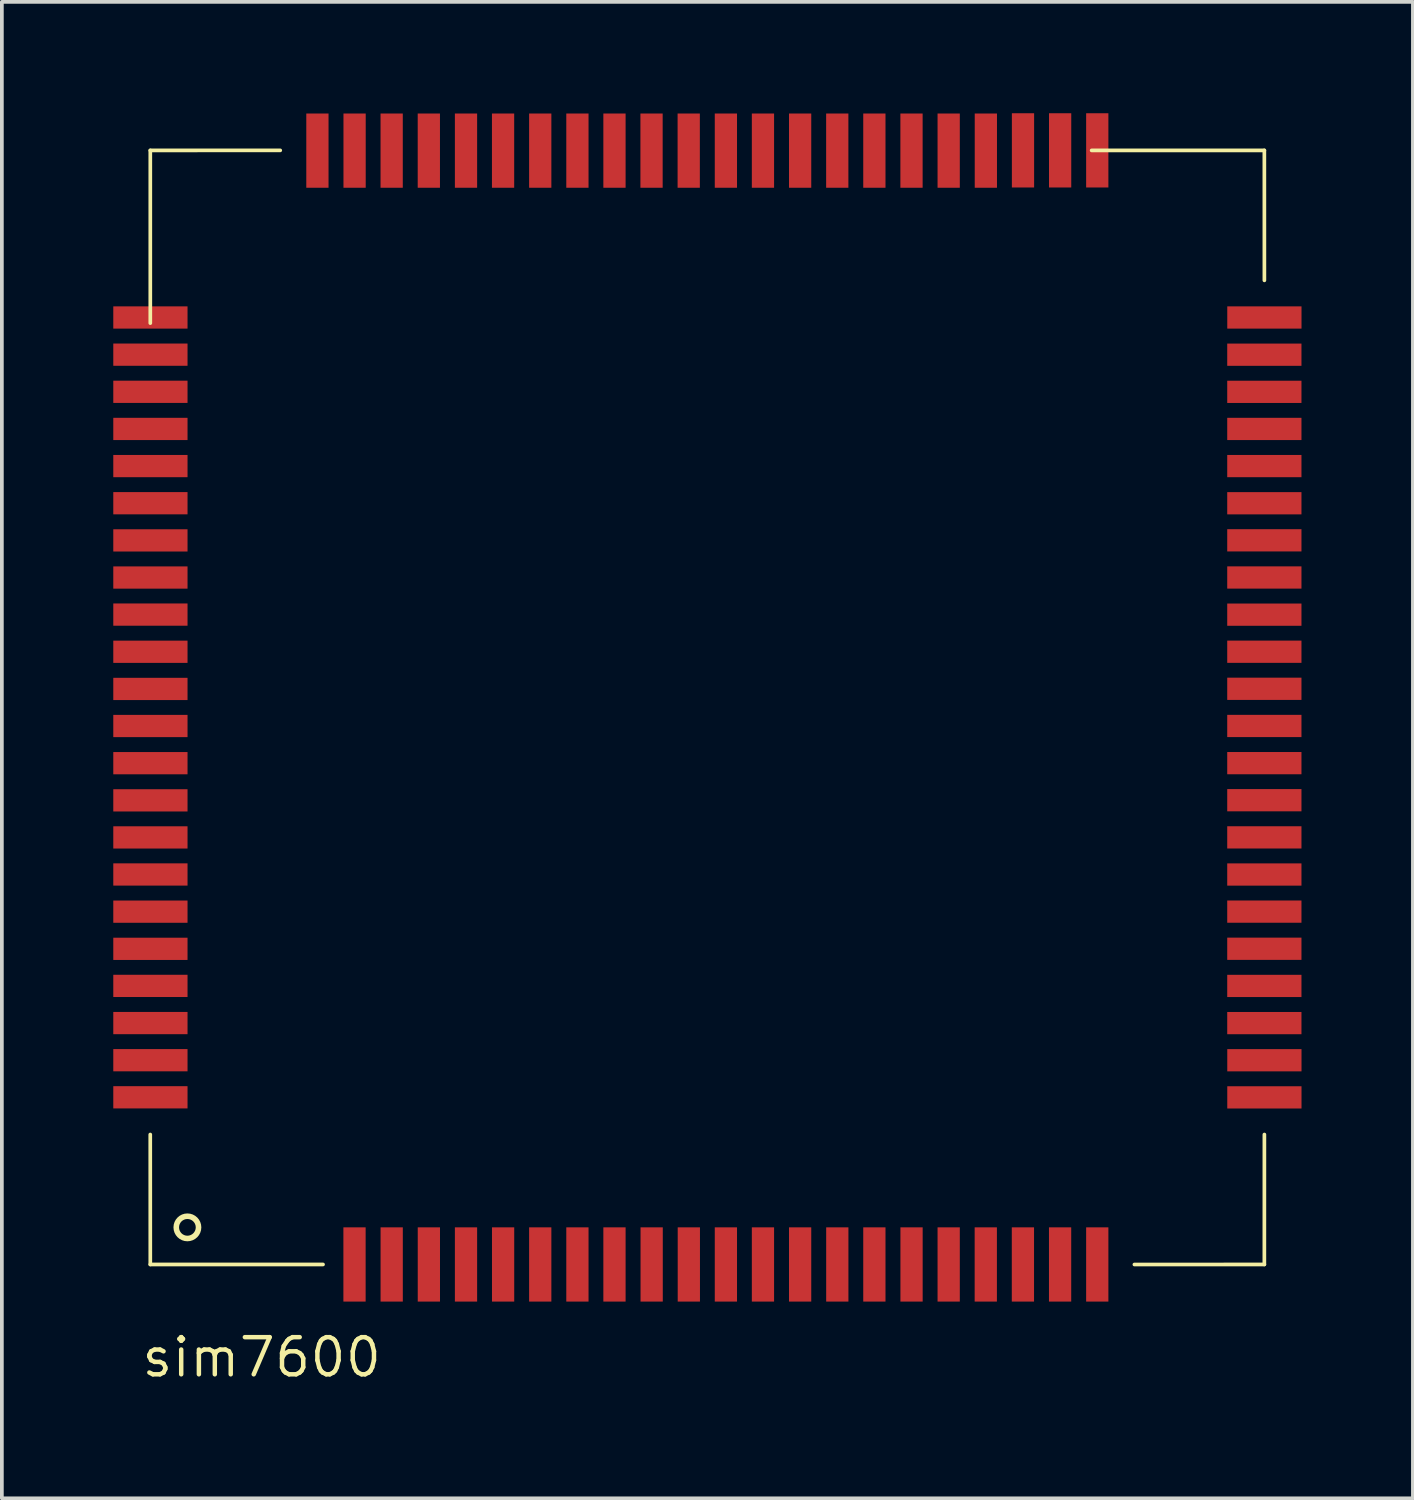
<source format=kicad_pcb>
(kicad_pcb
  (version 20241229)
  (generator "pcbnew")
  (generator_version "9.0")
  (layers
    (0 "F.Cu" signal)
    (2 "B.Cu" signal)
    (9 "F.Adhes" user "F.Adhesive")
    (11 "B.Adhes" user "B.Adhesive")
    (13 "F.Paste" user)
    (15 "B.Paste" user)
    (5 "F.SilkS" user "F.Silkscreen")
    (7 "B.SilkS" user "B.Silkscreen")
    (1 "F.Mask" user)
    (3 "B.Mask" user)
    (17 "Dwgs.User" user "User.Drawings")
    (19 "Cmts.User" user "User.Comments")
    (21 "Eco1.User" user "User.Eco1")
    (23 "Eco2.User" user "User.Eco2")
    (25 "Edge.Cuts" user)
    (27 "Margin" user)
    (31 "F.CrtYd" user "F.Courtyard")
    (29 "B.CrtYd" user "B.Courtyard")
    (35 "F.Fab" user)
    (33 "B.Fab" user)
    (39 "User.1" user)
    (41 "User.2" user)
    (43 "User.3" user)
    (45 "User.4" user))
  (footprint "sim7600"
    (layer "F.Cu")
    (at 15.996 15.999)
    (property "Reference" "sim7600" (at -12 17.5 0) (layer "F.SilkS") (effects (font (size 1 1) (thickness 0.12))))
    (attr through_hole)
    (fp_line (start -15 11.5) (end -14.999 14.999) (stroke (width 0.099) (type solid)) (layer "F.SilkS"))
    (fp_line (start -14.999 -14.999) (end -14.999 -10.348) (stroke (width 0.099) (type solid)) (layer "F.SilkS"))
    (fp_line (start -14.999 -14.999) (end -11.5 -15) (stroke (width 0.099) (type solid)) (layer "F.SilkS"))
    (fp_line (start -14.999 14.999) (end -10.348 14.999) (stroke (width 0.099) (type solid)) (layer "F.SilkS"))
    (fp_line (start 10.348 -14.999) (end 14.999 -14.999) (stroke (width 0.099) (type solid)) (layer "F.SilkS"))
    (fp_line (start 11.5 15) (end 14.999 14.999) (stroke (width 0.099) (type solid)) (layer "F.SilkS"))
    (fp_line (start 14.999 -14.999) (end 15 -11.5) (stroke (width 0.099) (type solid)) (layer "F.SilkS"))
    (fp_line (start 15 11.5) (end 14.999 14.999) (stroke (width 0.099) (type solid)) (layer "F.SilkS"))
    (fp_circle (center -14 14) (end -13.7 14) (stroke (width 0.15) (type solid)) (fill no) (layer "F.SilkS"))
    (pad "1" smd rect (at -9.5 14.999 180) (size 0.599 1.999) (layers "F.Cu" "F.Mask" "F.Paste"))
    (pad "2" smd rect (at -8.499 14.999 180) (size 0.599 1.999) (layers "F.Cu" "F.Mask" "F.Paste"))
    (pad "3" smd rect (at -7.498 14.999 180) (size 0.599 1.999) (layers "F.Cu" "F.Mask" "F.Paste"))
    (pad "4" smd rect (at -6.498 14.999 180) (size 0.599 1.999) (layers "F.Cu" "F.Mask" "F.Paste"))
    (pad "5" smd rect (at -5.499 14.999 180) (size 0.599 1.999) (layers "F.Cu" "F.Mask" "F.Paste"))
    (pad "6" smd rect (at -4.499 14.999 180) (size 0.599 1.999) (layers "F.Cu" "F.Mask" "F.Paste"))
    (pad "7" smd rect (at -3.498 14.999 180) (size 0.599 1.999) (layers "F.Cu" "F.Mask" "F.Paste"))
    (pad "8" smd rect (at -2.5 14.999 180) (size 0.599 1.999) (layers "F.Cu" "F.Mask" "F.Paste"))
    (pad "9" smd rect (at -1.499 14.999 180) (size 0.599 1.999) (layers "F.Cu" "F.Mask" "F.Paste"))
    (pad "10" smd rect (at -0.498 14.999 180) (size 0.599 1.999) (layers "F.Cu" "F.Mask" "F.Paste"))
    (pad "11" smd rect (at 0.5 14.999 180) (size 0.599 1.999) (layers "F.Cu" "F.Mask" "F.Paste"))
    (pad "12" smd rect (at 1.498 14.999 180) (size 0.599 1.999) (layers "F.Cu" "F.Mask" "F.Paste"))
    (pad "13" smd rect (at 2.499 14.999 180) (size 0.599 1.999) (layers "F.Cu" "F.Mask" "F.Paste"))
    (pad "14" smd rect (at 3.5 14.999 180) (size 0.599 1.999) (layers "F.Cu" "F.Mask" "F.Paste"))
    (pad "15" smd rect (at 4.498 14.999 180) (size 0.599 1.999) (layers "F.Cu" "F.Mask" "F.Paste"))
    (pad "16" smd rect (at 5.499 14.999 180) (size 0.599 1.999) (layers "F.Cu" "F.Mask" "F.Paste"))
    (pad "17" smd rect (at 6.499 14.999 180) (size 0.599 1.999) (layers "F.Cu" "F.Mask" "F.Paste"))
    (pad "18" smd rect (at 7.498 14.999 180) (size 0.599 1.999) (layers "F.Cu" "F.Mask" "F.Paste"))
    (pad "19" smd rect (at 8.498 14.999 180) (size 0.599 1.999) (layers "F.Cu" "F.Mask" "F.Paste"))
    (pad "20" smd rect (at 9.499 14.999 180) (size 0.599 1.999) (layers "F.Cu" "F.Mask" "F.Paste"))
    (pad "21" smd rect (at 15 9.5 270) (size 0.599 1.999) (layers "F.Cu" "F.Mask" "F.Paste"))
    (pad "22" smd rect (at 14.999 8.5 270) (size 0.599 1.999) (layers "F.Cu" "F.Mask" "F.Paste"))
    (pad "23" smd rect (at 14.999 7.499 270) (size 0.599 1.999) (layers "F.Cu" "F.Mask" "F.Paste"))
    (pad "24" smd rect (at 14.999 6.498 270) (size 0.599 1.999) (layers "F.Cu" "F.Mask" "F.Paste"))
    (pad "25" smd rect (at 14.999 5.498 270) (size 0.599 1.999) (layers "F.Cu" "F.Mask" "F.Paste"))
    (pad "26" smd rect (at 14.999 4.499 270) (size 0.599 1.999) (layers "F.Cu" "F.Mask" "F.Paste"))
    (pad "27" smd rect (at 14.999 3.499 270) (size 0.599 1.999) (layers "F.Cu" "F.Mask" "F.Paste"))
    (pad "28" smd rect (at 14.999 2.498 270) (size 0.599 1.999) (layers "F.Cu" "F.Mask" "F.Paste"))
    (pad "29" smd rect (at 14.999 1.5 270) (size 0.599 1.999) (layers "F.Cu" "F.Mask" "F.Paste"))
    (pad "30" smd rect (at 14.999 0.499 270) (size 0.599 1.999) (layers "F.Cu" "F.Mask" "F.Paste"))
    (pad "31" smd rect (at 14.999 -0.502 270) (size 0.599 1.999) (layers "F.Cu" "F.Mask" "F.Paste"))
    (pad "32" smd rect (at 14.999 -1.5 270) (size 0.599 1.999) (layers "F.Cu" "F.Mask" "F.Paste"))
    (pad "33" smd rect (at 14.999 -2.498 270) (size 0.599 1.999) (layers "F.Cu" "F.Mask" "F.Paste"))
    (pad "34" smd rect (at 14.999 -3.499 270) (size 0.599 1.999) (layers "F.Cu" "F.Mask" "F.Paste"))
    (pad "35" smd rect (at 14.999 -4.5 270) (size 0.599 1.999) (layers "F.Cu" "F.Mask" "F.Paste"))
    (pad "36" smd rect (at 14.999 -5.498 270) (size 0.599 1.999) (layers "F.Cu" "F.Mask" "F.Paste"))
    (pad "37" smd rect (at 14.999 -6.499 270) (size 0.599 1.999) (layers "F.Cu" "F.Mask" "F.Paste"))
    (pad "38" smd rect (at 14.999 -7.499 270) (size 0.599 1.999) (layers "F.Cu" "F.Mask" "F.Paste"))
    (pad "39" smd rect (at 14.999 -8.498 270) (size 0.599 1.999) (layers "F.Cu" "F.Mask" "F.Paste"))
    (pad "40" smd rect (at 14.999 -9.498 270) (size 0.599 1.999) (layers "F.Cu" "F.Mask" "F.Paste"))
    (pad "41" smd rect (at 9.5 -15) (size 0.599 1.999) (layers "F.Cu" "F.Mask" "F.Paste"))
    (pad "42" smd rect (at 8.5 -15) (size 0.599 1.999) (layers "F.Cu" "F.Mask" "F.Paste"))
    (pad "43" smd rect (at 7.5 -14.993) (size 0.599 1.999) (layers "F.Cu" "F.Mask" "F.Paste"))
    (pad "44" smd rect (at 6.499 -14.993) (size 0.599 1.999) (layers "F.Cu" "F.Mask" "F.Paste"))
    (pad "45" smd rect (at 5.498 -14.993) (size 0.599 1.999) (layers "F.Cu" "F.Mask" "F.Paste"))
    (pad "46" smd rect (at 4.498 -14.993) (size 0.599 1.999) (layers "F.Cu" "F.Mask" "F.Paste"))
    (pad "47" smd rect (at 3.499 -14.993) (size 0.599 1.999) (layers "F.Cu" "F.Mask" "F.Paste"))
    (pad "48" smd rect (at 2.499 -14.993) (size 0.599 1.999) (layers "F.Cu" "F.Mask" "F.Paste"))
    (pad "49" smd rect (at 1.498 -14.993) (size 0.599 1.999) (layers "F.Cu" "F.Mask" "F.Paste"))
    (pad "50" smd rect (at 0.5 -14.993) (size 0.599 1.999) (layers "F.Cu" "F.Mask" "F.Paste"))
    (pad "51" smd rect (at -0.501 -14.993) (size 0.599 1.999) (layers "F.Cu" "F.Mask" "F.Paste"))
    (pad "52" smd rect (at -1.502 -14.993) (size 0.599 1.999) (layers "F.Cu" "F.Mask" "F.Paste"))
    (pad "53" smd rect (at -2.5 -14.993) (size 0.599 1.999) (layers "F.Cu" "F.Mask" "F.Paste"))
    (pad "54" smd rect (at -3.498 -14.993) (size 0.599 1.999) (layers "F.Cu" "F.Mask" "F.Paste"))
    (pad "55" smd rect (at -4.499 -14.993) (size 0.599 1.999) (layers "F.Cu" "F.Mask" "F.Paste"))
    (pad "56" smd rect (at -5.5 -14.993) (size 0.599 1.999) (layers "F.Cu" "F.Mask" "F.Paste"))
    (pad "57" smd rect (at -6.498 -14.993) (size 0.599 1.999) (layers "F.Cu" "F.Mask" "F.Paste"))
    (pad "58" smd rect (at -7.499 -14.993) (size 0.599 1.999) (layers "F.Cu" "F.Mask" "F.Paste"))
    (pad "59" smd rect (at -8.5 -14.993) (size 0.599 1.999) (layers "F.Cu" "F.Mask" "F.Paste"))
    (pad "60" smd rect (at -9.498 -14.993) (size 0.599 1.999) (layers "F.Cu" "F.Mask" "F.Paste"))
    (pad "61" smd rect (at -14.996 -9.499 90) (size 0.599 1.999) (layers "F.Cu" "F.Mask" "F.Paste"))
    (pad "62" smd rect (at -14.996 -8.499 90) (size 0.599 1.999) (layers "F.Cu" "F.Mask" "F.Paste"))
    (pad "63" smd rect (at -14.996 -7.499 90) (size 0.599 1.999) (layers "F.Cu" "F.Mask" "F.Paste"))
    (pad "64" smd rect (at -14.996 -6.499 90) (size 0.599 1.999) (layers "F.Cu" "F.Mask" "F.Paste"))
    (pad "65" smd rect (at -14.996 -5.499 90) (size 0.599 1.999) (layers "F.Cu" "F.Mask" "F.Paste"))
    (pad "66" smd rect (at -14.996 -4.498 90) (size 0.599 1.999) (layers "F.Cu" "F.Mask" "F.Paste"))
    (pad "67" smd rect (at -14.996 -3.498 90) (size 0.599 1.999) (layers "F.Cu" "F.Mask" "F.Paste"))
    (pad "68" smd rect (at -14.996 -2.5 90) (size 0.599 1.999) (layers "F.Cu" "F.Mask" "F.Paste"))
    (pad "69" smd rect (at -14.996 -1.499 90) (size 0.599 1.999) (layers "F.Cu" "F.Mask" "F.Paste"))
    (pad "70" smd rect (at -14.996 -0.498 90) (size 0.599 1.999) (layers "F.Cu" "F.Mask" "F.Paste"))
    (pad "71" smd rect (at -14.996 0.5 90) (size 0.599 1.999) (layers "F.Cu" "F.Mask" "F.Paste"))
    (pad "72" smd rect (at -14.996 1.501 90) (size 0.599 1.999) (layers "F.Cu" "F.Mask" "F.Paste"))
    (pad "73" smd rect (at -14.996 2.502 90) (size 0.599 1.999) (layers "F.Cu" "F.Mask" "F.Paste"))
    (pad "74" smd rect (at -14.996 3.5 90) (size 0.599 1.999) (layers "F.Cu" "F.Mask" "F.Paste"))
    (pad "75" smd rect (at -14.996 4.498 90) (size 0.599 1.999) (layers "F.Cu" "F.Mask" "F.Paste"))
    (pad "76" smd rect (at -14.996 5.499 90) (size 0.599 1.999) (layers "F.Cu" "F.Mask" "F.Paste"))
    (pad "77" smd rect (at -14.996 6.5 90) (size 0.599 1.999) (layers "F.Cu" "F.Mask" "F.Paste"))
    (pad "78" smd rect (at -14.996 7.498 90) (size 0.599 1.999) (layers "F.Cu" "F.Mask" "F.Paste"))
    (pad "79" smd rect (at -14.996 8.499 90) (size 0.599 1.999) (layers "F.Cu" "F.Mask" "F.Paste"))
    (pad "80" smd rect (at -14.996 9.499 90) (size 0.599 1.999) (layers "F.Cu" "F.Mask" "F.Paste"))
    (pad "81" smd rect (at 10.5 14.999 180) (size 0.599 1.999) (layers "F.Cu" "F.Mask" "F.Paste"))
    (pad "82" smd rect (at 10.5 -15) (size 0.599 1.999) (layers "F.Cu" "F.Mask" "F.Paste"))
    (pad "83" smd rect (at 15 -10.5 270) (size 0.599 1.999) (layers "F.Cu" "F.Mask" "F.Paste"))
    (pad "84" smd rect (at 15 10.5 270) (size 0.599 1.999) (layers "F.Cu" "F.Mask" "F.Paste"))
    (pad "85" smd rect (at -10.499 -14.993) (size 0.599 1.999) (layers "F.Cu" "F.Mask" "F.Paste"))
    (pad "86" smd rect (at -14.996 10.498 90) (size 0.599 1.999) (layers "F.Cu" "F.Mask" "F.Paste"))
    (pad "87" smd rect (at -14.996 -10.5 90) (size 0.599 1.999) (layers "F.Cu" "F.Mask" "F.Paste")))
  (gr_rect
    (start -3 -3)
    (end 34.995 37.295)
    (stroke (width 0.1) (type default))
    (fill no)
    (layer "Edge.Cuts")))
</source>
